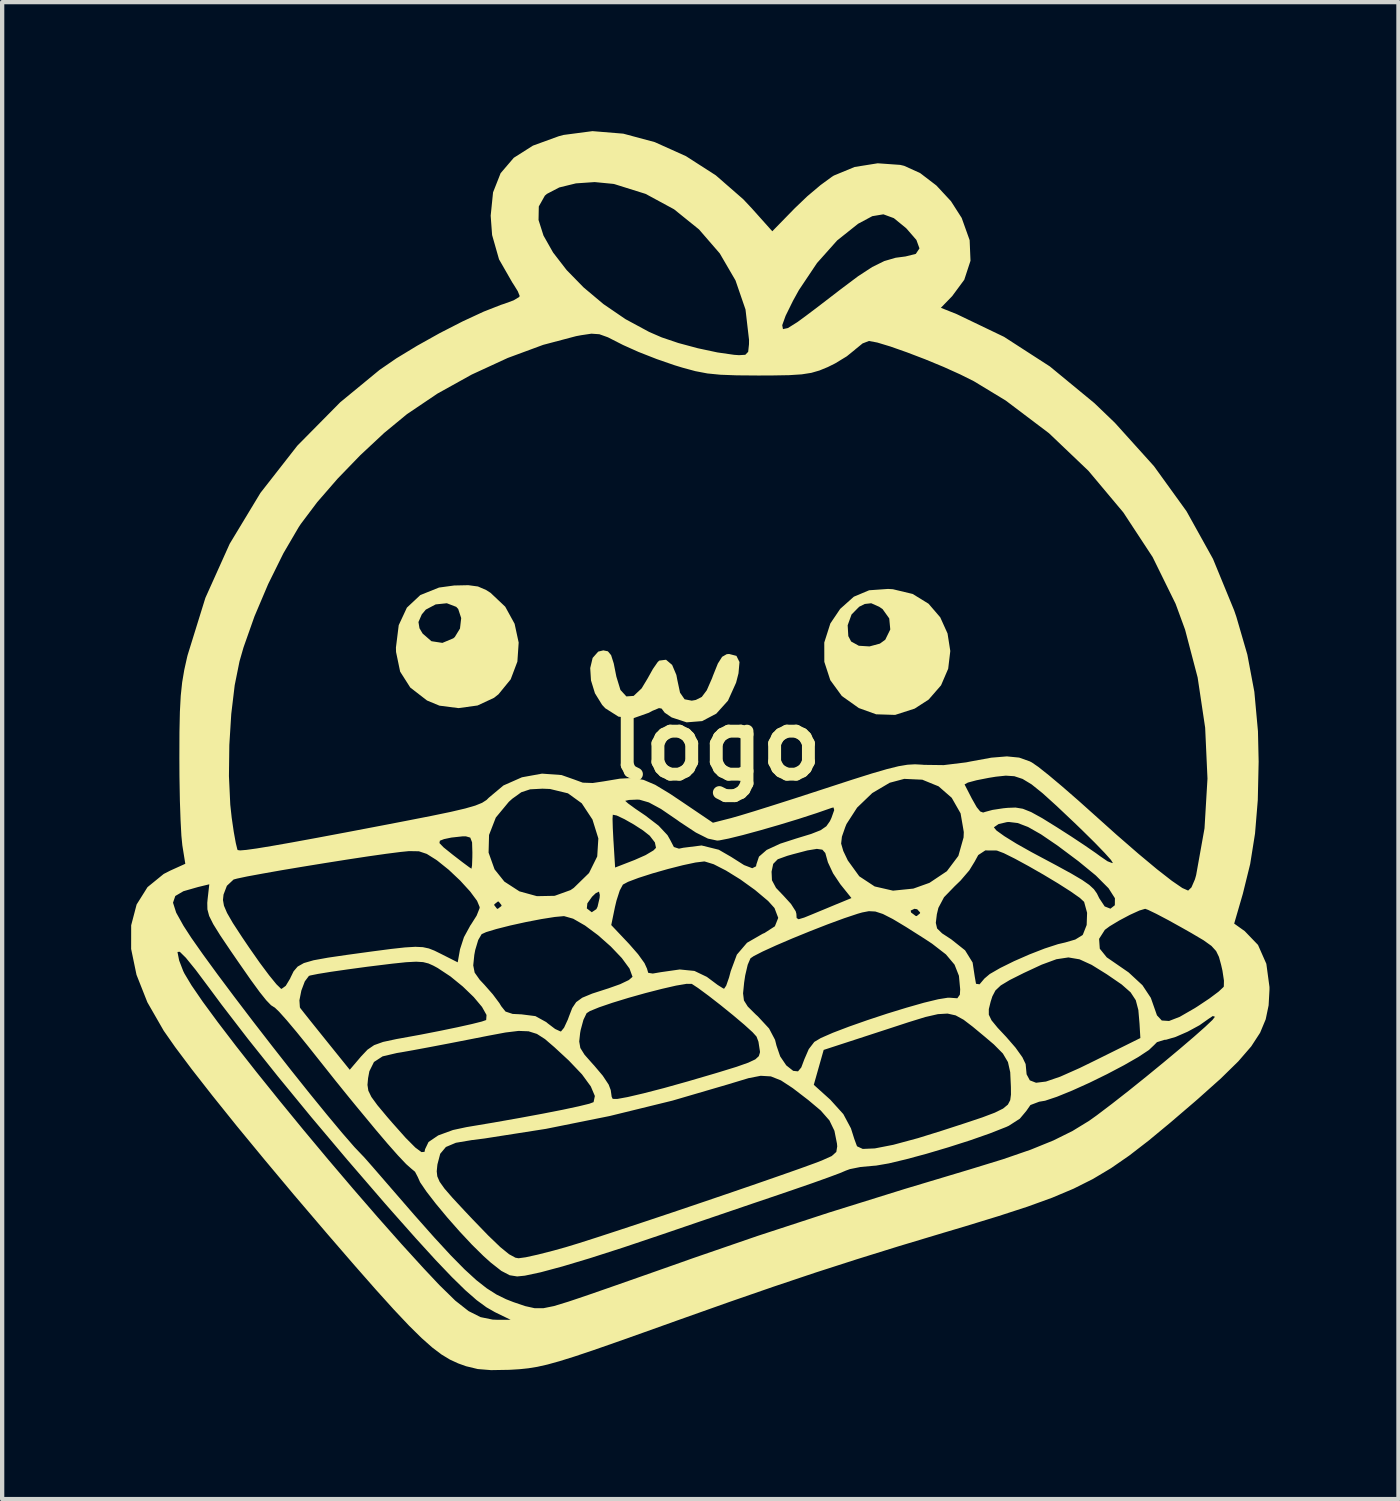
<source format=kicad_pcb>
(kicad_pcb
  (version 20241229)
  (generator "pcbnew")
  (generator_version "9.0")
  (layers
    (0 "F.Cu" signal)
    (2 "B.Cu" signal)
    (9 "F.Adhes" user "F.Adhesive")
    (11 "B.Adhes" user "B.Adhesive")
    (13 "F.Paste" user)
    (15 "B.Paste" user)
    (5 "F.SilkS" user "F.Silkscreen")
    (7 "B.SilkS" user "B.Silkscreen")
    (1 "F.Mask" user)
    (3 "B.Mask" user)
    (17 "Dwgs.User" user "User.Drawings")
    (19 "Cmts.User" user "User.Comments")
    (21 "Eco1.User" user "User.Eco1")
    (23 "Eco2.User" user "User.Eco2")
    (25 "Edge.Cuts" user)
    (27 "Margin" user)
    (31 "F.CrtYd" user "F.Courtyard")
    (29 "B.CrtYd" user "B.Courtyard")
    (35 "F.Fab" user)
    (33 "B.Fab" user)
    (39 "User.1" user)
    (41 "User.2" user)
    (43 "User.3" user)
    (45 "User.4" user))
  (footprint "logo"
    (layer "F.Cu")
    (at 13.61 14.278)
    (property "Reference" "logo" (at 0 0 0) (layer "F.SilkS") (effects (font (size 1.5 1.5) (thickness 0.3))))
    (attr board_only exclude_from_pos_files exclude_from_bom)
    (fp_poly (pts (xy 4.108 -3.623) (xy 4.568 -3.513) (xy 4.937 -3.286) (xy 5.209 -2.97) (xy 5.379 -2.594) (xy 5.443 -2.186) (xy 5.394 -1.774) (xy 5.228 -1.388) (xy 4.939 -1.056) (xy 4.614 -0.846) (xy 4.16 -0.7) (xy 3.718 -0.714) (xy 3.316 -0.859) (xy 2.921 -1.139) (xy 2.652 -1.508) (xy 2.513 -1.934) (xy 2.512 -2.384) (xy 2.64 -2.785) (xy 3.056 -2.785) (xy 3.071 -2.532) (xy 3.137 -2.407) (xy 3.316 -2.308) (xy 3.564 -2.293) (xy 3.806 -2.358) (xy 3.93 -2.448) (xy 4.047 -2.687) (xy 4.023 -2.944) (xy 3.868 -3.161) (xy 3.789 -3.215) (xy 3.604 -3.297) (xy 3.453 -3.28) (xy 3.323 -3.215) (xy 3.146 -3.035) (xy 3.056 -2.785) (xy 2.64 -2.785) (xy 2.654 -2.828) (xy 2.882 -3.166) (xy 3.199 -3.449) (xy 3.556 -3.599) (xy 3.996 -3.63)) (stroke (width 0) (type solid)) (fill yes) (layer "F.SilkS"))
    (fp_poly (pts (xy -5.543 -3.687) (xy -5.354 -3.605) (xy -5.251 -3.54) (xy -4.909 -3.217) (xy -4.691 -2.82) (xy -4.596 -2.382) (xy -4.626 -1.94) (xy -4.782 -1.527) (xy -5.066 -1.179) (xy -5.17 -1.097) (xy -5.552 -0.919) (xy -5.996 -0.858) (xy -6.439 -0.915) (xy -6.728 -1.035) (xy -7.117 -1.336) (xy -7.353 -1.706) (xy -7.448 -2.162) (xy -7.451 -2.266) (xy -7.386 -2.787) (xy -7.352 -2.86) (xy -6.927 -2.86) (xy -6.903 -2.715) (xy -6.83 -2.592) (xy -6.625 -2.414) (xy -6.37 -2.375) (xy -6.117 -2.481) (xy -6.082 -2.511) (xy -5.961 -2.709) (xy -5.933 -2.952) (xy -6.002 -3.162) (xy -6.048 -3.213) (xy -6.267 -3.297) (xy -6.527 -3.27) (xy -6.756 -3.149) (xy -6.85 -3.037) (xy -6.927 -2.86) (xy -7.352 -2.86) (xy -7.196 -3.195) (xy -6.883 -3.488) (xy -6.449 -3.662) (xy -6.096 -3.71) (xy -5.768 -3.717)) (stroke (width 0) (type solid)) (fill yes) (layer "F.SilkS"))
    (fp_poly (pts (xy -2.521 -2.179) (xy -2.446 -2.089) (xy -2.385 -1.897) (xy -2.324 -1.591) (xy -2.229 -1.28) (xy -2.091 -1.13) (xy -1.922 -1.142) (xy -1.737 -1.316) (xy -1.601 -1.541) (xy -1.474 -1.768) (xy -1.364 -1.927) (xy -1.327 -1.963) (xy -1.169 -1.983) (xy -1.027 -1.863) (xy -0.928 -1.629) (xy -0.907 -1.517) (xy -0.843 -1.217) (xy -0.737 -1.063) (xy -0.57 -1.031) (xy -0.476 -1.048) (xy -0.337 -1.118) (xy -0.221 -1.273) (xy -0.099 -1.551) (xy -0.078 -1.609) (xy 0.037 -1.895) (xy 0.136 -2.051) (xy 0.242 -2.112) (xy 0.299 -2.117) (xy 0.469 -2.073) (xy 0.54 -1.929) (xy 0.517 -1.668) (xy 0.461 -1.45) (xy 0.272 -1.031) (xy 0.000217 -0.729) (xy -0.328 -0.556) (xy -0.69 -0.527) (xy -1.037 -0.641) (xy -1.2 -0.752) (xy -1.27 -0.845) (xy -1.27 -0.847) (xy -1.333 -0.858) (xy -1.492 -0.792) (xy -1.568 -0.75) (xy -1.927 -0.623) (xy -2.274 -0.659) (xy -2.583 -0.855) (xy -2.654 -0.931) (xy -2.822 -1.203) (xy -2.914 -1.502) (xy -2.932 -1.789) (xy -2.876 -2.025) (xy -2.746 -2.172) (xy -2.627 -2.201)) (stroke (width 0) (type solid)) (fill yes) (layer "F.SilkS"))
    (fp_poly (pts (xy -2.162 -14.219) (xy -1.43 -14.022) (xy -0.705 -13.696) (xy -0.011 -13.25) (xy 0.628 -12.693) (xy 0.828 -12.48) (xy 1.303 -11.949) (xy 1.824 -12.483) (xy 2.117 -12.763) (xy 2.425 -13.023) (xy 2.689 -13.216) (xy 2.735 -13.245) (xy 3.217 -13.444) (xy 3.755 -13.53) (xy 4.277 -13.493) (xy 4.37 -13.471) (xy 4.741 -13.303) (xy 5.119 -13.014) (xy 5.459 -12.648) (xy 5.708 -12.259) (xy 5.893 -11.742) (xy 5.913 -11.263) (xy 5.768 -10.821) (xy 5.486 -10.439) (xy 5.224 -10.169) (xy 5.594 -10.021) (xy 6.694 -9.493) (xy 7.759 -8.805) (xy 8.794 -7.952) (xy 9.271 -7.494) (xy 10.18 -6.486) (xy 10.936 -5.439) (xy 11.553 -4.329) (xy 12.045 -3.132) (xy 12.098 -2.977) (xy 12.352 -2.103) (xy 12.515 -1.238) (xy 12.599 -0.32) (xy 12.615 0.386) (xy 12.595 1.281) (xy 12.531 2.059) (xy 12.418 2.769) (xy 12.248 3.458) (xy 12.24 3.486) (xy 12.046 4.154) (xy 12.29 4.328) (xy 12.6 4.65) (xy 12.794 5.089) (xy 12.867 5.63) (xy 12.867 5.69) (xy 12.847 6.055) (xy 12.779 6.381) (xy 12.649 6.693) (xy 12.442 7.011) (xy 12.142 7.358) (xy 11.736 7.756) (xy 11.209 8.227) (xy 11.14 8.287) (xy 10.56 8.784) (xy 10.058 9.2) (xy 9.606 9.549) (xy 9.181 9.843) (xy 8.757 10.096) (xy 8.31 10.32) (xy 7.812 10.53) (xy 7.241 10.737) (xy 6.569 10.956) (xy 5.773 11.2) (xy 5.292 11.343) (xy 4.238 11.66) (xy 3.258 11.965) (xy 2.305 12.272) (xy 1.334 12.598) (xy 0.3 12.956) (xy -0.844 13.362) (xy -0.889 13.378) (xy -1.683 13.662) (xy -2.337 13.894) (xy -2.87 14.08) (xy -3.3 14.224) (xy -3.646 14.332) (xy -3.927 14.41) (xy -4.162 14.463) (xy -4.37 14.497) (xy -4.57 14.518) (xy -4.78 14.531) (xy -4.826 14.533) (xy -5.238 14.54) (xy -5.547 14.515) (xy -5.821 14.449) (xy -6.004 14.383) (xy -6.193 14.296) (xy -6.39 14.177) (xy -6.607 14.013) (xy -6.856 13.792) (xy -7.149 13.503) (xy -7.499 13.132) (xy -7.918 12.668) (xy -8.419 12.098) (xy -9.013 11.411) (xy -9.07 11.345) (xy -9.82 10.466) (xy -10.518 9.632) (xy -11.155 8.859) (xy -11.718 8.158) (xy -12.198 7.544) (xy -12.585 7.028) (xy -12.852 6.646) (xy -13.232 5.985) (xy -13.485 5.345) (xy -13.594 4.821) (xy -12.531 4.821) (xy -12.493 5.012) (xy -12.399 5.257) (xy -12.37 5.316) (xy -12.206 5.59) (xy -11.943 5.973) (xy -11.593 6.449) (xy -11.171 7.001) (xy -10.69 7.613) (xy -10.163 8.268) (xy -9.605 8.949) (xy -9.028 9.64) (xy -8.446 10.324) (xy -7.873 10.985) (xy -7.322 11.607) (xy -6.807 12.172) (xy -6.441 12.561) (xy -6.07 12.924) (xy -5.761 13.167) (xy -5.483 13.307) (xy -5.202 13.365) (xy -5.08 13.37) (xy -4.784 13.369) (xy -5.148 13.192) (xy -5.347 13.078) (xy -5.572 12.913) (xy -5.835 12.683) (xy -6.149 12.376) (xy -6.528 11.979) (xy -6.983 11.48) (xy -7.528 10.866) (xy -7.727 10.639) (xy -8.589 9.64) (xy -9.418 8.657) (xy -10.193 7.713) (xy -10.897 6.831) (xy -11.51 6.034) (xy -11.79 5.656) (xy -12.108 5.231) (xy -12.337 4.949) (xy -12.478 4.81) (xy -12.53 4.813) (xy -12.531 4.821) (xy -13.594 4.821) (xy -13.61 4.743) (xy -13.609 4.193) (xy -13.482 3.709) (xy -13.456 3.668) (xy -12.636 3.668) (xy -12.562 3.9) (xy -12.392 4.205) (xy -12.209 4.487) (xy -11.939 4.871) (xy -11.6 5.336) (xy -11.208 5.86) (xy -10.781 6.421) (xy -10.335 6.997) (xy -9.887 7.568) (xy -9.454 8.11) (xy -9.053 8.602) (xy -8.701 9.024) (xy -8.416 9.352) (xy -8.213 9.565) (xy -8.21 9.567) (xy -8.14 9.645) (xy -7.984 9.823) (xy -7.768 10.072) (xy -7.582 10.287) (xy -7.028 10.926) (xy -6.566 11.447) (xy -6.181 11.865) (xy -5.858 12.193) (xy -5.582 12.446) (xy -5.339 12.637) (xy -5.113 12.781) (xy -4.889 12.891) (xy -4.715 12.959) (xy -4.444 13.051) (xy -4.228 13.099) (xy -4.022 13.1) (xy -3.776 13.05) (xy -3.442 12.948) (xy -3.23 12.877) (xy -2.936 12.777) (xy -2.516 12.631) (xy -2.005 12.452) (xy -1.436 12.252) (xy -0.843 12.043) (xy -0.553 11.94) (xy 0.959 11.419) (xy 2.616 10.877) (xy 4.393 10.323) (xy 5.89 9.874) (xy 6.671 9.634) (xy 7.312 9.413) (xy 7.841 9.198) (xy 8.285 8.978) (xy 8.672 8.741) (xy 8.851 8.613) (xy 9.202 8.347) (xy 9.593 8.041) (xy 10 7.714) (xy 10.404 7.383) (xy 10.781 7.068) (xy 11.111 6.786) (xy 11.372 6.555) (xy 11.542 6.394) (xy 11.599 6.321) (xy 11.548 6.304) (xy 11.451 6.369) (xy 11.24 6.518) (xy 10.964 6.668) (xy 10.684 6.79) (xy 10.463 6.855) (xy 10.422 6.858) (xy 10.25 6.912) (xy 10.185 6.978) (xy 10.063 7.094) (xy 9.818 7.256) (xy 9.483 7.448) (xy 9.092 7.654) (xy 8.68 7.856) (xy 8.279 8.037) (xy 7.923 8.182) (xy 7.648 8.274) (xy 7.51 8.297) (xy 7.307 8.374) (xy 7.211 8.512) (xy 7.06 8.692) (xy 6.805 8.856) (xy 6.747 8.883) (xy 6.364 9.034) (xy 5.902 9.196) (xy 5.398 9.357) (xy 4.889 9.508) (xy 4.414 9.636) (xy 4.011 9.732) (xy 3.716 9.783) (xy 3.649 9.788) (xy 3.355 9.815) (xy 3.106 9.865) (xy 3.014 9.899) (xy 2.877 9.957) (xy 2.609 10.057) (xy 2.243 10.188) (xy 1.809 10.338) (xy 1.482 10.45) (xy 0.894 10.649) (xy 0.219 10.879) (xy -0.471 11.114) (xy -1.103 11.33) (xy -1.27 11.387) (xy -2.161 11.687) (xy -2.933 11.935) (xy -3.577 12.128) (xy -4.087 12.265) (xy -4.453 12.343) (xy -4.631 12.361) (xy -4.806 12.333) (xy -4.999 12.232) (xy -5.246 12.038) (xy -5.416 11.885) (xy -5.681 11.624) (xy -5.969 11.316) (xy -6.258 10.988) (xy -6.524 10.668) (xy -6.742 10.386) (xy -6.889 10.17) (xy -6.943 10.048) (xy -7.007 9.926) (xy -7.019 9.916) (xy -6.502 9.916) (xy -6.489 10.033) (xy -6.435 10.158) (xy -6.322 10.317) (xy -6.134 10.534) (xy -5.854 10.835) (xy -5.672 11.028) (xy -5.303 11.41) (xy -5.024 11.678) (xy -4.82 11.844) (xy -4.672 11.925) (xy -4.599 11.938) (xy -4.431 11.915) (xy -4.146 11.852) (xy -3.787 11.76) (xy -3.5 11.68) (xy -3.198 11.588) (xy -2.77 11.451) (xy -2.244 11.279) (xy -1.646 11.081) (xy -1.003 10.866) (xy -0.341 10.642) (xy 0.311 10.42) (xy 0.928 10.208) (xy 1.483 10.015) (xy 1.949 9.851) (xy 2.299 9.724) (xy 2.455 9.664) (xy 2.685 9.561) (xy 2.792 9.465) (xy 2.813 9.336) (xy 2.807 9.27) (xy 2.748 8.973) (xy 2.632 8.733) (xy 2.429 8.501) (xy 2.141 8.259) (xy 1.779 7.981) (xy 1.662 7.904) (xy 2.268 7.904) (xy 2.651 8.249) (xy 2.955 8.585) (xy 3.133 8.918) (xy 3.137 8.932) (xy 3.209 9.159) (xy 3.265 9.312) (xy 3.276 9.335) (xy 3.407 9.395) (xy 3.688 9.383) (xy 4.118 9.299) (xy 4.692 9.144) (xy 5.226 8.978) (xy 5.777 8.799) (xy 6.187 8.662) (xy 6.478 8.552) (xy 6.67 8.457) (xy 6.783 8.364) (xy 6.837 8.26) (xy 6.854 8.132) (xy 6.853 7.966) (xy 6.852 7.935) (xy 6.837 7.611) (xy 6.784 7.375) (xy 6.666 7.176) (xy 6.457 6.965) (xy 6.233 6.775) (xy 5.963 6.551) (xy 5.752 6.39) (xy 5.568 6.289) (xy 5.379 6.247) (xy 5.155 6.26) (xy 4.863 6.327) (xy 4.474 6.447) (xy 3.955 6.617) (xy 3.924 6.627) (xy 2.498 7.092) (xy 2.383 7.498) (xy 2.268 7.904) (xy 1.662 7.904) (xy 1.504 7.801) (xy 1.27 7.708) (xy 1.034 7.694) (xy 0.75 7.749) (xy 0.373 7.863) (xy 0.346 7.872) (xy -1.021 8.272) (xy -2.481 8.63) (xy -3.961 8.928) (xy -5.389 9.152) (xy -5.69 9.19) (xy -6.057 9.252) (xy -6.289 9.35) (xy -6.421 9.508) (xy -6.485 9.752) (xy -6.489 9.782) (xy -6.502 9.916) (xy -7.019 9.916) (xy -7.099 9.849) (xy -7.213 9.748) (xy -7.406 9.544) (xy -7.65 9.268) (xy -7.911 8.961) (xy -8.171 8.647) (xy -8.37 8.407) (xy -8.532 8.209) (xy -8.683 8.023) (xy -8.777 7.906) (xy -8.113 7.906) (xy -8.093 8.04) (xy -8.022 8.186) (xy -7.882 8.378) (xy -7.655 8.65) (xy -7.539 8.784) (xy -7.224 9.138) (xy -6.999 9.364) (xy -6.857 9.469) (xy -6.786 9.463) (xy -6.773 9.401) (xy -6.693 9.234) (xy -6.468 9.081) (xy -6.124 8.955) (xy -5.811 8.888) (xy -5.181 8.782) (xy -4.581 8.676) (xy -4.036 8.575) (xy -3.568 8.483) (xy -3.2 8.404) (xy -2.954 8.344) (xy -2.854 8.307) (xy -2.824 8.164) (xy -2.918 7.942) (xy -3.124 7.66) (xy -3.429 7.34) (xy -3.483 7.29) (xy -3.765 7.029) (xy -3.92 6.896) (xy -3.188 6.896) (xy -3.162 7.047) (xy -3.064 7.204) (xy -2.872 7.421) (xy -2.839 7.457) (xy -2.641 7.691) (xy -2.503 7.899) (xy -2.455 8.026) (xy -2.433 8.182) (xy -2.409 8.231) (xy -2.305 8.233) (xy -2.059 8.188) (xy -1.691 8.102) (xy -1.219 7.98) (xy -0.665 7.825) (xy -0.047 7.644) (xy 0.063 7.611) (xy 0.472 7.485) (xy 0.744 7.389) (xy 0.908 7.312) (xy 0.989 7.238) (xy 1.015 7.155) (xy 1.016 7.128) (xy 0.981 6.901) (xy 0.936 6.782) (xy 0.844 6.68) (xy 0.651 6.505) (xy 0.393 6.287) (xy 0.104 6.053) (xy -0.18 5.832) (xy -0.256 5.776) (xy 0.623 5.776) (xy 0.643 5.941) (xy 0.732 6.083) (xy 0.915 6.265) (xy 0.968 6.313) (xy 1.228 6.594) (xy 1.367 6.858) (xy 1.4 6.991) (xy 1.486 7.242) (xy 1.628 7.452) (xy 1.789 7.579) (xy 1.901 7.591) (xy 1.977 7.5) (xy 2.047 7.314) (xy 2.048 7.311) (xy 2.151 7.074) (xy 2.28 6.906) (xy 2.433 6.815) (xy 2.713 6.693) (xy 3.085 6.551) (xy 3.517 6.399) (xy 3.974 6.248) (xy 4.316 6.143) (xy 6.339 6.143) (xy 6.339 6.273) (xy 6.402 6.404) (xy 6.545 6.578) (xy 6.742 6.788) (xy 6.96 7.039) (xy 7.12 7.263) (xy 7.195 7.42) (xy 7.197 7.437) (xy 7.218 7.66) (xy 7.293 7.8) (xy 7.438 7.856) (xy 7.668 7.828) (xy 8.001 7.714) (xy 8.451 7.514) (xy 8.805 7.341) (xy 9.864 6.816) (xy 9.844 6.477) (xy 9.817 6.164) (xy 9.757 5.936) (xy 9.637 5.753) (xy 9.429 5.57) (xy 9.104 5.347) (xy 9.079 5.33) (xy 8.731 5.114) (xy 8.449 4.985) (xy 8.19 4.941) (xy 7.911 4.983) (xy 7.569 5.109) (xy 7.154 5.302) (xy 6.825 5.467) (xy 6.617 5.592) (xy 6.493 5.709) (xy 6.421 5.847) (xy 6.382 5.969) (xy 6.339 6.143) (xy 4.316 6.143) (xy 4.424 6.11) (xy 4.831 5.994) (xy 5.162 5.914) (xy 5.385 5.878) (xy 5.44 5.879) (xy 5.607 5.891) (xy 5.666 5.807) (xy 5.673 5.683) (xy 5.644 5.368) (xy 5.542 5.109) (xy 5.342 4.871) (xy 5.019 4.621) (xy 4.84 4.503) (xy 4.416 4.234) (xy 4.255 4.137) (xy 5.106 4.137) (xy 5.136 4.267) (xy 5.252 4.381) (xy 5.465 4.52) (xy 5.787 4.776) (xy 5.962 5.059) (xy 6.011 5.382) (xy 6.041 5.554) (xy 6.124 5.566) (xy 6.237 5.432) (xy 6.361 5.327) (xy 6.604 5.187) (xy 6.926 5.028) (xy 7.284 4.871) (xy 7.639 4.733) (xy 7.949 4.632) (xy 8.116 4.593) (xy 8.35 4.525) (xy 8.376 4.509) (xy 8.904 4.509) (xy 8.92 4.738) (xy 9.082 4.939) (xy 9.123 4.967) (xy 9.59 5.289) (xy 9.912 5.587) (xy 10.107 5.881) (xy 10.17 6.06) (xy 10.25 6.288) (xy 10.362 6.408) (xy 10.531 6.419) (xy 10.779 6.323) (xy 11.131 6.12) (xy 11.2 6.076) (xy 11.473 5.894) (xy 11.684 5.736) (xy 11.797 5.63) (xy 11.805 5.616) (xy 11.808 5.48) (xy 11.773 5.248) (xy 11.742 5.112) (xy 11.692 4.929) (xy 11.626 4.793) (xy 11.517 4.673) (xy 11.334 4.542) (xy 11.048 4.373) (xy 10.847 4.259) (xy 10.516 4.075) (xy 10.237 3.928) (xy 10.044 3.835) (xy 9.976 3.81) (xy 9.841 3.85) (xy 9.62 3.951) (xy 9.371 4.083) (xy 9.15 4.216) (xy 9.038 4.299) (xy 8.904 4.509) (xy 8.376 4.509) (xy 8.515 4.424) (xy 8.527 4.41) (xy 8.615 4.187) (xy 8.625 3.903) (xy 8.556 3.65) (xy 8.555 3.648) (xy 8.456 3.556) (xy 8.242 3.406) (xy 7.949 3.219) (xy 7.611 3.016) (xy 7.265 2.818) (xy 6.945 2.644) (xy 6.688 2.516) (xy 6.527 2.455) (xy 6.518 2.454) (xy 6.257 2.452) (xy 6.093 2.56) (xy 6.01 2.712) (xy 5.885 2.916) (xy 5.681 3.154) (xy 5.545 3.285) (xy 5.297 3.541) (xy 5.166 3.788) (xy 5.13 3.938) (xy 5.106 4.137) (xy 4.255 4.137) (xy 4.104 4.047) (xy 3.875 3.93) (xy 3.7 3.873) (xy 3.549 3.865) (xy 3.393 3.895) (xy 3.288 3.925) (xy 2.974 4.03) (xy 2.593 4.17) (xy 2.181 4.331) (xy 1.769 4.499) (xy 1.391 4.661) (xy 1.08 4.803) (xy 0.869 4.911) (xy 0.795 4.962) (xy 0.731 5.111) (xy 0.673 5.359) (xy 0.648 5.525) (xy 0.623 5.776) (xy -0.256 5.776) (xy -0.424 5.652) (xy -0.57 5.556) (xy -0.69 5.555) (xy -0.934 5.596) (xy -1.265 5.672) (xy -1.647 5.77) (xy -2.042 5.881) (xy -2.414 5.995) (xy -2.725 6.101) (xy -2.94 6.189) (xy -3.016 6.238) (xy -3.09 6.392) (xy -3.155 6.632) (xy -3.167 6.7) (xy -3.188 6.896) (xy -3.92 6.896) (xy -3.983 6.841) (xy -4.172 6.72) (xy -4.366 6.659) (xy -4.598 6.65) (xy -4.903 6.687) (xy -5.314 6.764) (xy -5.724 6.845) (xy -6.211 6.94) (xy -6.667 7.027) (xy -7.054 7.099) (xy -7.335 7.149) (xy -7.428 7.164) (xy -7.761 7.242) (xy -7.962 7.373) (xy -8.069 7.589) (xy -8.099 7.75) (xy -8.113 7.906) (xy -8.777 7.906) (xy -8.851 7.815) (xy -9.059 7.553) (xy -9.335 7.206) (xy -9.496 7.003) (xy -9.76 6.677) (xy -9.992 6.401) (xy -10.169 6.203) (xy -10.269 6.107) (xy -10.276 6.104) (xy -10.356 6.053) (xy -10.465 5.94) (xy -10.467 5.938) (xy -9.696 5.938) (xy -9.685 6.101) (xy -9.675 6.12) (xy -9.591 6.227) (xy -9.428 6.432) (xy -9.212 6.701) (xy -9.061 6.889) (xy -8.525 7.554) (xy -8.263 7.246) (xy -8.113 7.087) (xy -7.958 6.981) (xy -7.749 6.906) (xy -7.436 6.839) (xy -7.324 6.819) (xy -6.875 6.737) (xy -6.431 6.65) (xy -6.025 6.566) (xy -5.688 6.491) (xy -5.453 6.432) (xy -5.352 6.397) (xy -5.352 6.396) (xy -5.344 6.279) (xy -5.449 6.092) (xy -5.641 5.863) (xy -5.895 5.618) (xy -6.183 5.383) (xy -6.481 5.186) (xy -6.579 5.133) (xy -6.594 5.126) (xy -5.653 5.126) (xy -5.62 5.294) (xy -5.502 5.461) (xy -5.393 5.577) (xy -5.198 5.799) (xy -5.044 6.005) (xy -5.002 6.075) (xy -4.902 6.2) (xy -4.736 6.255) (xy -4.531 6.265) (xy -4.207 6.306) (xy -3.955 6.445) (xy -3.921 6.474) (xy -3.748 6.605) (xy -3.625 6.662) (xy -3.611 6.662) (xy -3.54 6.575) (xy -3.452 6.385) (xy -3.426 6.313) (xy -3.35 6.117) (xy -3.259 5.981) (xy -3.117 5.878) (xy -2.886 5.782) (xy -2.53 5.667) (xy -2.519 5.664) (xy -2.237 5.564) (xy -2.034 5.467) (xy -1.949 5.393) (xy -1.949 5.389) (xy -2.018 5.2) (xy -2.197 4.956) (xy -2.453 4.687) (xy -2.75 4.424) (xy -3.054 4.198) (xy -3.072 4.188) (xy -2.443 4.188) (xy -2.026 4.629) (xy -1.819 4.866) (xy -1.67 5.073) (xy -1.609 5.207) (xy -1.609 5.211) (xy -1.583 5.299) (xy -1.477 5.316) (xy -1.291 5.284) (xy -0.85 5.221) (xy -0.508 5.255) (xy -0.22 5.393) (xy -0.154 5.442) (xy 0.032 5.581) (xy 0.16 5.661) (xy 0.182 5.669) (xy 0.231 5.597) (xy 0.297 5.408) (xy 0.337 5.258) (xy 0.479 4.876) (xy 0.715 4.6) (xy 1.08 4.39) (xy 1.122 4.373) (xy 1.363 4.217) (xy 1.441 4.021) (xy 1.354 3.792) (xy 1.206 3.628) (xy 0.901 3.372) (xy 0.562 3.128) (xy 0.268 2.946) (xy 1.286 2.946) (xy 1.295 3.146) (xy 1.39 3.324) (xy 1.561 3.503) (xy 1.738 3.697) (xy 1.847 3.867) (xy 1.863 3.926) (xy 1.869 4.025) (xy 1.915 4.053) (xy 2.045 4.014) (xy 2.212 3.946) (xy 2.441 3.851) (xy 4.522 3.851) (xy 4.53 3.895) (xy 4.638 3.976) (xy 4.662 3.979) (xy 4.739 3.915) (xy 4.741 3.895) (xy 4.672 3.82) (xy 4.609 3.81) (xy 4.522 3.851) (xy 2.441 3.851) (xy 2.49 3.831) (xy 2.79 3.706) (xy 2.821 3.694) (xy 3.144 3.56) (xy 2.886 3.239) (xy 2.717 2.986) (xy 2.597 2.73) (xy 2.574 2.649) (xy 2.536 2.512) (xy 2.468 2.435) (xy 2.34 2.416) (xy 2.12 2.452) (xy 1.778 2.542) (xy 1.651 2.578) (xy 1.429 2.658) (xy 1.324 2.765) (xy 1.286 2.946) (xy 0.268 2.946) (xy 0.228 2.921) (xy -0.061 2.773) (xy -0.267 2.71) (xy -0.284 2.709) (xy -0.482 2.733) (xy -0.777 2.796) (xy -1.127 2.885) (xy -1.485 2.987) (xy -1.809 3.091) (xy -2.053 3.183) (xy -2.172 3.247) (xy -2.245 3.383) (xy -2.321 3.619) (xy -2.356 3.766) (xy -2.443 4.188) (xy -3.072 4.188) (xy -3.329 4.04) (xy -3.541 3.98) (xy -3.542 3.98) (xy -3.758 4) (xy -4.068 4.049) (xy -4.427 4.118) (xy -4.79 4.198) (xy -5.114 4.28) (xy -5.353 4.352) (xy -5.458 4.4) (xy -5.537 4.536) (xy -5.607 4.769) (xy -5.628 4.882) (xy -5.653 5.126) (xy -6.594 5.126) (xy -6.695 5.081) (xy -6.818 5.05) (xy -6.981 5.04) (xy -7.213 5.052) (xy -7.545 5.087) (xy -8.008 5.144) (xy -8.122 5.158) (xy -8.571 5.219) (xy -8.961 5.275) (xy -9.262 5.324) (xy -9.441 5.36) (xy -9.475 5.371) (xy -9.571 5.499) (xy -9.651 5.712) (xy -9.696 5.938) (xy -10.467 5.938) (xy -10.619 5.748) (xy -10.83 5.459) (xy -11.112 5.054) (xy -11.291 4.794) (xy -11.537 4.429) (xy -11.7 4.167) (xy -11.795 3.977) (xy -11.836 3.823) (xy -11.839 3.672) (xy -11.833 3.605) (xy -11.474 3.605) (xy -11.451 3.738) (xy -11.379 3.907) (xy -11.244 4.141) (xy -11.031 4.467) (xy -10.864 4.714) (xy -10.619 5.064) (xy -10.401 5.356) (xy -10.23 5.566) (xy -10.126 5.667) (xy -10.112 5.673) (xy -10.014 5.602) (xy -9.911 5.431) (xy -9.905 5.415) (xy -9.831 5.264) (xy -9.737 5.154) (xy -9.592 5.072) (xy -9.367 5.007) (xy -9.03 4.946) (xy -8.593 4.882) (xy -8.009 4.802) (xy -7.566 4.744) (xy -7.239 4.708) (xy -7 4.694) (xy -6.825 4.702) (xy -6.686 4.732) (xy -6.558 4.782) (xy -6.414 4.853) (xy -6.41 4.855) (xy -6.014 5.055) (xy -5.96 4.75) (xy -5.869 4.47) (xy -5.72 4.197) (xy -5.704 4.175) (xy -5.574 3.969) (xy -5.506 3.798) (xy -5.503 3.771) (xy -5.522 3.725) (xy -5.165 3.725) (xy -5.1 3.808) (xy -5.08 3.81) (xy -5.069 3.801) (xy -3.011 3.801) (xy -2.896 3.89) (xy -2.789 3.818) (xy -2.761 3.761) (xy -2.714 3.556) (xy -2.709 3.488) (xy -2.728 3.41) (xy -2.806 3.449) (xy -2.889 3.529) (xy -2.999 3.683) (xy -3.011 3.801) (xy -5.069 3.801) (xy -4.998 3.746) (xy -4.995 3.725) (xy -5.06 3.643) (xy -5.08 3.641) (xy -5.162 3.705) (xy -5.165 3.725) (xy -5.522 3.725) (xy -5.564 3.624) (xy -5.726 3.406) (xy -5.956 3.154) (xy -6.222 2.903) (xy -6.491 2.687) (xy -6.52 2.667) (xy -6.734 2.533) (xy -6.917 2.472) (xy -7.146 2.468) (xy -7.345 2.488) (xy -7.674 2.53) (xy -8.096 2.59) (xy -8.582 2.664) (xy -9.1 2.746) (xy -9.622 2.831) (xy -10.118 2.914) (xy -10.557 2.992) (xy -10.91 3.057) (xy -11.146 3.107) (xy -11.227 3.129) (xy -11.383 3.275) (xy -11.461 3.479) (xy -11.474 3.605) (xy -11.833 3.605) (xy -11.832 3.593) (xy -11.792 3.24) (xy -12.056 3.304) (xy -12.394 3.401) (xy -12.583 3.512) (xy -12.636 3.668) (xy -13.456 3.668) (xy -13.229 3.306) (xy -12.852 2.999) (xy -12.699 2.921) (xy -12.35 2.763) (xy -12.419 2.334) (xy -12.441 2.111) (xy -12.46 1.755) (xy -12.476 1.302) (xy -12.485 0.788) (xy -12.486 0.723) (xy -11.335 0.723) (xy -11.304 1.389) (xy -11.271 1.691) (xy -11.223 2.02) (xy -11.176 2.279) (xy -11.14 2.427) (xy -11.131 2.444) (xy -11.074 2.452) (xy -10.932 2.44) (xy -10.693 2.407) (xy -10.346 2.35) (xy -9.954 2.281) (xy -6.439 2.281) (xy -6.344 2.38) (xy -6.131 2.551) (xy -6.121 2.559) (xy -5.904 2.726) (xy -5.749 2.841) (xy -5.694 2.877) (xy -5.681 2.802) (xy -5.674 2.611) (xy -5.673 2.503) (xy -5.296 2.503) (xy -5.157 2.892) (xy -4.929 3.177) (xy -4.579 3.404) (xy -4.172 3.516) (xy -3.759 3.508) (xy -3.39 3.375) (xy -3.315 3.324) (xy -2.96 2.978) (xy -2.769 2.592) (xy -2.743 2.173) (xy -2.88 1.733) (xy -2.892 1.715) (xy -2.413 1.715) (xy -2.407 1.931) (xy -2.392 2.225) (xy -2.39 2.25) (xy -2.353 2.85) (xy -1.899 2.674) (xy -1.644 2.561) (xy -1.461 2.452) (xy -1.402 2.392) (xy -1.428 2.266) (xy -1.548 2.11) (xy -1.704 1.987) (xy -1.916 1.85) (xy -2.136 1.725) (xy -2.315 1.64) (xy -2.406 1.622) (xy -2.407 1.624) (xy -2.413 1.715) (xy -2.892 1.715) (xy -3.129 1.356) (xy -3.206 1.3) (xy -2.117 1.3) (xy -2.052 1.359) (xy -1.882 1.483) (xy -1.643 1.645) (xy -1.641 1.647) (xy -1.342 1.876) (xy -1.135 2.097) (xy -1.073 2.206) (xy -0.986 2.373) (xy -0.868 2.411) (xy -0.766 2.39) (xy -0.341 2.337) (xy 0.058 2.436) (xy 0.345 2.602) (xy 0.646 2.793) (xy 0.837 2.866) (xy 0.925 2.822) (xy 0.934 2.773) (xy 0.993 2.597) (xy 1.172 2.441) (xy 1.488 2.295) (xy 1.494 2.293) (xy 2.904 2.293) (xy 2.954 2.465) (xy 3.059 2.685) (xy 3.326 3.054) (xy 3.684 3.29) (xy 4.111 3.388) (xy 4.584 3.34) (xy 4.959 3.206) (xy 5.363 2.936) (xy 5.631 2.579) (xy 5.752 2.15) (xy 5.757 2.025) (xy 5.739 1.917) (xy 6.458 1.917) (xy 6.517 1.989) (xy 6.701 2.121) (xy 6.982 2.295) (xy 7.334 2.493) (xy 7.422 2.54) (xy 7.904 2.797) (xy 8.259 2.991) (xy 8.508 3.138) (xy 8.675 3.254) (xy 8.783 3.354) (xy 8.853 3.453) (xy 8.907 3.563) (xy 9.034 3.755) (xy 9.168 3.807) (xy 9.27 3.727) (xy 9.272 3.564) (xy 9.124 3.332) (xy 8.828 3.035) (xy 8.423 2.703) (xy 7.936 2.339) (xy 7.553 2.078) (xy 7.252 1.907) (xy 7.011 1.815) (xy 6.81 1.791) (xy 6.763 1.793) (xy 6.566 1.839) (xy 6.46 1.912) (xy 6.458 1.917) (xy 5.739 1.917) (xy 5.682 1.589) (xy 5.476 1.228) (xy 5.17 0.961) (xy 5.058 0.916) (xy 5.776 0.916) (xy 5.776 0.919) (xy 5.944 1.246) (xy 6.058 1.447) (xy 6.139 1.546) (xy 6.206 1.571) (xy 6.261 1.554) (xy 6.424 1.51) (xy 6.674 1.472) (xy 6.773 1.462) (xy 6.96 1.455) (xy 7.13 1.483) (xy 7.323 1.56) (xy 7.579 1.701) (xy 7.913 1.908) (xy 8.26 2.13) (xy 8.579 2.342) (xy 8.827 2.513) (xy 8.927 2.586) (xy 9.099 2.704) (xy 9.211 2.747) (xy 9.223 2.743) (xy 9.18 2.673) (xy 9.033 2.509) (xy 8.803 2.271) (xy 8.509 1.981) (xy 8.337 1.815) (xy 7.915 1.416) (xy 7.589 1.121) (xy 7.334 0.916) (xy 7.124 0.789) (xy 6.932 0.726) (xy 6.734 0.713) (xy 6.504 0.737) (xy 6.338 0.764) (xy 6.053 0.82) (xy 5.852 0.874) (xy 5.776 0.916) (xy 5.058 0.916) (xy 4.792 0.807) (xy 4.372 0.788) (xy 4.034 0.878) (xy 3.628 1.118) (xy 3.276 1.456) (xy 3.029 1.838) (xy 3.001 1.906) (xy 2.922 2.132) (xy 2.904 2.293) (xy 1.494 2.293) (xy 1.859 2.175) (xy 2.206 2.069) (xy 2.427 1.982) (xy 2.56 1.89) (xy 2.643 1.772) (xy 2.678 1.697) (xy 2.743 1.514) (xy 2.727 1.453) (xy 2.688 1.461) (xy 2.334 1.584) (xy 1.915 1.72) (xy 1.465 1.857) (xy 1.021 1.985) (xy 0.617 2.095) (xy 0.288 2.176) (xy 0.07 2.219) (xy 0.02 2.223) (xy -0.194 2.177) (xy -0.475 2.036) (xy -0.849 1.789) (xy -0.911 1.744) (xy -1.286 1.488) (xy -1.567 1.336) (xy -1.783 1.273) (xy -1.841 1.27) (xy -2.029 1.278) (xy -2.116 1.298) (xy -2.117 1.3) (xy -3.206 1.3) (xy -3.45 1.124) (xy -3.868 1.023) (xy -4.043 1.016) (xy -4.329 1.031) (xy -4.535 1.099) (xy -4.745 1.25) (xy -4.825 1.322) (xy -5.128 1.688) (xy -5.285 2.092) (xy -5.296 2.503) (xy -5.673 2.503) (xy -5.673 2.498) (xy -5.68 2.264) (xy -5.722 2.154) (xy -5.825 2.124) (xy -5.905 2.125) (xy -6.161 2.153) (xy -6.332 2.189) (xy -6.429 2.226) (xy -6.439 2.281) (xy -9.954 2.281) (xy -9.881 2.268) (xy -9.287 2.159) (xy -8.553 2.021) (xy -7.668 1.852) (xy -7.239 1.769) (xy -6.636 1.651) (xy -6.178 1.556) (xy -5.841 1.477) (xy -5.605 1.409) (xy -5.447 1.345) (xy -5.344 1.279) (xy -5.292 1.227) (xy -4.95 0.941) (xy -4.52 0.751) (xy -4.053 0.666) (xy -3.599 0.699) (xy -3.304 0.803) (xy -3.105 0.876) (xy -2.874 0.884) (xy -2.619 0.846) (xy -2.242 0.783) (xy -1.948 0.767) (xy -1.691 0.811) (xy -1.421 0.926) (xy -1.093 1.124) (xy -0.851 1.285) (xy -0.078 1.808) (xy 0.345 1.7) (xy 0.551 1.641) (xy 0.887 1.539) (xy 1.323 1.402) (xy 1.828 1.241) (xy 2.372 1.064) (xy 2.565 1.001) (xy 3.16 0.807) (xy 3.62 0.662) (xy 3.971 0.56) (xy 4.238 0.494) (xy 4.446 0.459) (xy 4.621 0.449) (xy 4.787 0.458) (xy 4.831 0.462) (xy 5.289 0.468) (xy 5.811 0.404) (xy 5.916 0.383) (xy 6.397 0.295) (xy 6.76 0.265) (xy 7.044 0.293) (xy 7.29 0.38) (xy 7.34 0.406) (xy 7.49 0.509) (xy 7.738 0.706) (xy 8.058 0.975) (xy 8.422 1.292) (xy 8.728 1.566) (xy 9.307 2.085) (xy 9.818 2.529) (xy 10.251 2.89) (xy 10.596 3.159) (xy 10.841 3.327) (xy 10.975 3.386) (xy 10.975 3.386) (xy 11.052 3.312) (xy 11.133 3.125) (xy 11.161 3.027) (xy 11.356 1.938) (xy 11.425 0.781) (xy 11.371 -0.402) (xy 11.196 -1.571) (xy 10.904 -2.683) (xy 10.684 -3.283) (xy 10.149 -4.371) (xy 9.467 -5.41) (xy 8.656 -6.377) (xy 7.738 -7.252) (xy 6.732 -8.012) (xy 5.993 -8.46) (xy 5.675 -8.619) (xy 5.285 -8.795) (xy 4.859 -8.971) (xy 4.435 -9.133) (xy 4.052 -9.268) (xy 3.745 -9.361) (xy 3.553 -9.397) (xy 3.55 -9.397) (xy 3.403 -9.34) (xy 3.231 -9.2) (xy 3.224 -9.193) (xy 3.035 -9.04) (xy 2.764 -8.875) (xy 2.595 -8.791) (xy 2.401 -8.711) (xy 2.211 -8.656) (xy 1.988 -8.621) (xy 1.694 -8.602) (xy 1.291 -8.595) (xy 0.974 -8.594) (xy 0.474 -8.598) (xy 0.096 -8.612) (xy -0.207 -8.642) (xy -0.485 -8.695) (xy -0.784 -8.776) (xy -0.974 -8.834) (xy -1.387 -8.977) (xy -1.81 -9.143) (xy -2.167 -9.303) (xy -2.244 -9.342) (xy -2.521 -9.483) (xy -2.719 -9.554) (xy -2.904 -9.567) (xy -3.145 -9.531) (xy -3.262 -9.509) (xy -4.026 -9.307) (xy -4.851 -9.002) (xy -5.688 -8.616) (xy -6.484 -8.174) (xy -7.19 -7.698) (xy -7.197 -7.693) (xy -7.725 -7.258) (xy -8.275 -6.745) (xy -8.808 -6.194) (xy -9.283 -5.647) (xy -9.662 -5.143) (xy -9.712 -5.068) (xy -10.07 -4.456) (xy -10.423 -3.742) (xy -10.741 -2.992) (xy -10.996 -2.27) (xy -11.089 -1.947) (xy -11.201 -1.391) (xy -11.281 -0.723) (xy -11.326 0.000308) (xy -11.335 0.723) (xy -12.486 0.723) (xy -12.488 0.296) (xy -12.486 -0.305) (xy -12.476 -0.773) (xy -12.456 -1.146) (xy -12.423 -1.458) (xy -12.374 -1.748) (xy -12.306 -2.052) (xy -12.296 -2.091) (xy -11.883 -3.422) (xy -11.317 -4.681) (xy -10.602 -5.864) (xy -9.744 -6.962) (xy -8.746 -7.972) (xy -7.832 -8.724) (xy -7.441 -8.993) (xy -6.96 -9.285) (xy -6.432 -9.58) (xy -5.901 -9.852) (xy -5.412 -10.079) (xy -5.007 -10.238) (xy -4.932 -10.262) (xy -4.715 -10.342) (xy -4.587 -10.418) (xy -4.572 -10.443) (xy -4.617 -10.555) (xy -4.727 -10.732) (xy -4.743 -10.755) (xy -5.053 -11.296) (xy -5.214 -11.861) (xy -5.24 -12.211) (xy -4.134 -12.211) (xy -4.019 -11.849) (xy -3.796 -11.455) (xy -3.481 -11.047) (xy -3.085 -10.642) (xy -2.624 -10.255) (xy -2.112 -9.905) (xy -1.56 -9.607) (xy -1.27 -9.481) (xy -0.883 -9.35) (xy -0.429 -9.228) (xy 0.026 -9.131) (xy 0.415 -9.075) (xy 0.529 -9.067) (xy 0.675 -9.076) (xy 0.742 -9.145) (xy 0.761 -9.321) (xy 0.762 -9.423) (xy 0.722 -9.765) (xy 1.534 -9.765) (xy 1.551 -9.673) (xy 1.666 -9.698) (xy 1.88 -9.832) (xy 1.892 -9.84) (xy 2.072 -9.972) (xy 2.343 -10.176) (xy 2.662 -10.421) (xy 2.879 -10.588) (xy 3.297 -10.902) (xy 3.628 -11.118) (xy 3.908 -11.256) (xy 4.172 -11.333) (xy 4.402 -11.363) (xy 4.641 -11.423) (xy 4.726 -11.551) (xy 4.655 -11.746) (xy 4.429 -12.007) (xy 4.406 -12.029) (xy 4.13 -12.254) (xy 3.887 -12.343) (xy 3.629 -12.3) (xy 3.307 -12.128) (xy 3.297 -12.122) (xy 2.811 -11.735) (xy 2.343 -11.21) (xy 1.922 -10.581) (xy 1.785 -10.333) (xy 1.612 -9.982) (xy 1.534 -9.765) (xy 0.722 -9.765) (xy 0.68 -10.129) (xy 0.447 -10.806) (xy 0.081 -11.434) (xy -0.402 -11.992) (xy -0.982 -12.46) (xy -1.643 -12.818) (xy -2.367 -13.045) (xy -2.396 -13.051) (xy -2.828 -13.093) (xy -3.264 -13.063) (xy -3.652 -12.968) (xy -3.94 -12.818) (xy -3.987 -12.777) (xy -4.128 -12.526) (xy -4.134 -12.211) (xy -5.24 -12.211) (xy -5.247 -12.312) (xy -5.192 -12.854) (xy -5.016 -13.3) (xy -4.71 -13.658) (xy -4.264 -13.941) (xy -3.668 -14.158) (xy -3.555 -14.189) (xy -2.879 -14.278)) (stroke (width 0) (type solid)) (fill yes) (layer "F.SilkS")))
  (gr_rect
    (start -3 -3)
    (end 29.477 31.818)
    (stroke (width 0.1) (type default))
    (fill no)
    (layer "Edge.Cuts")))
</source>
